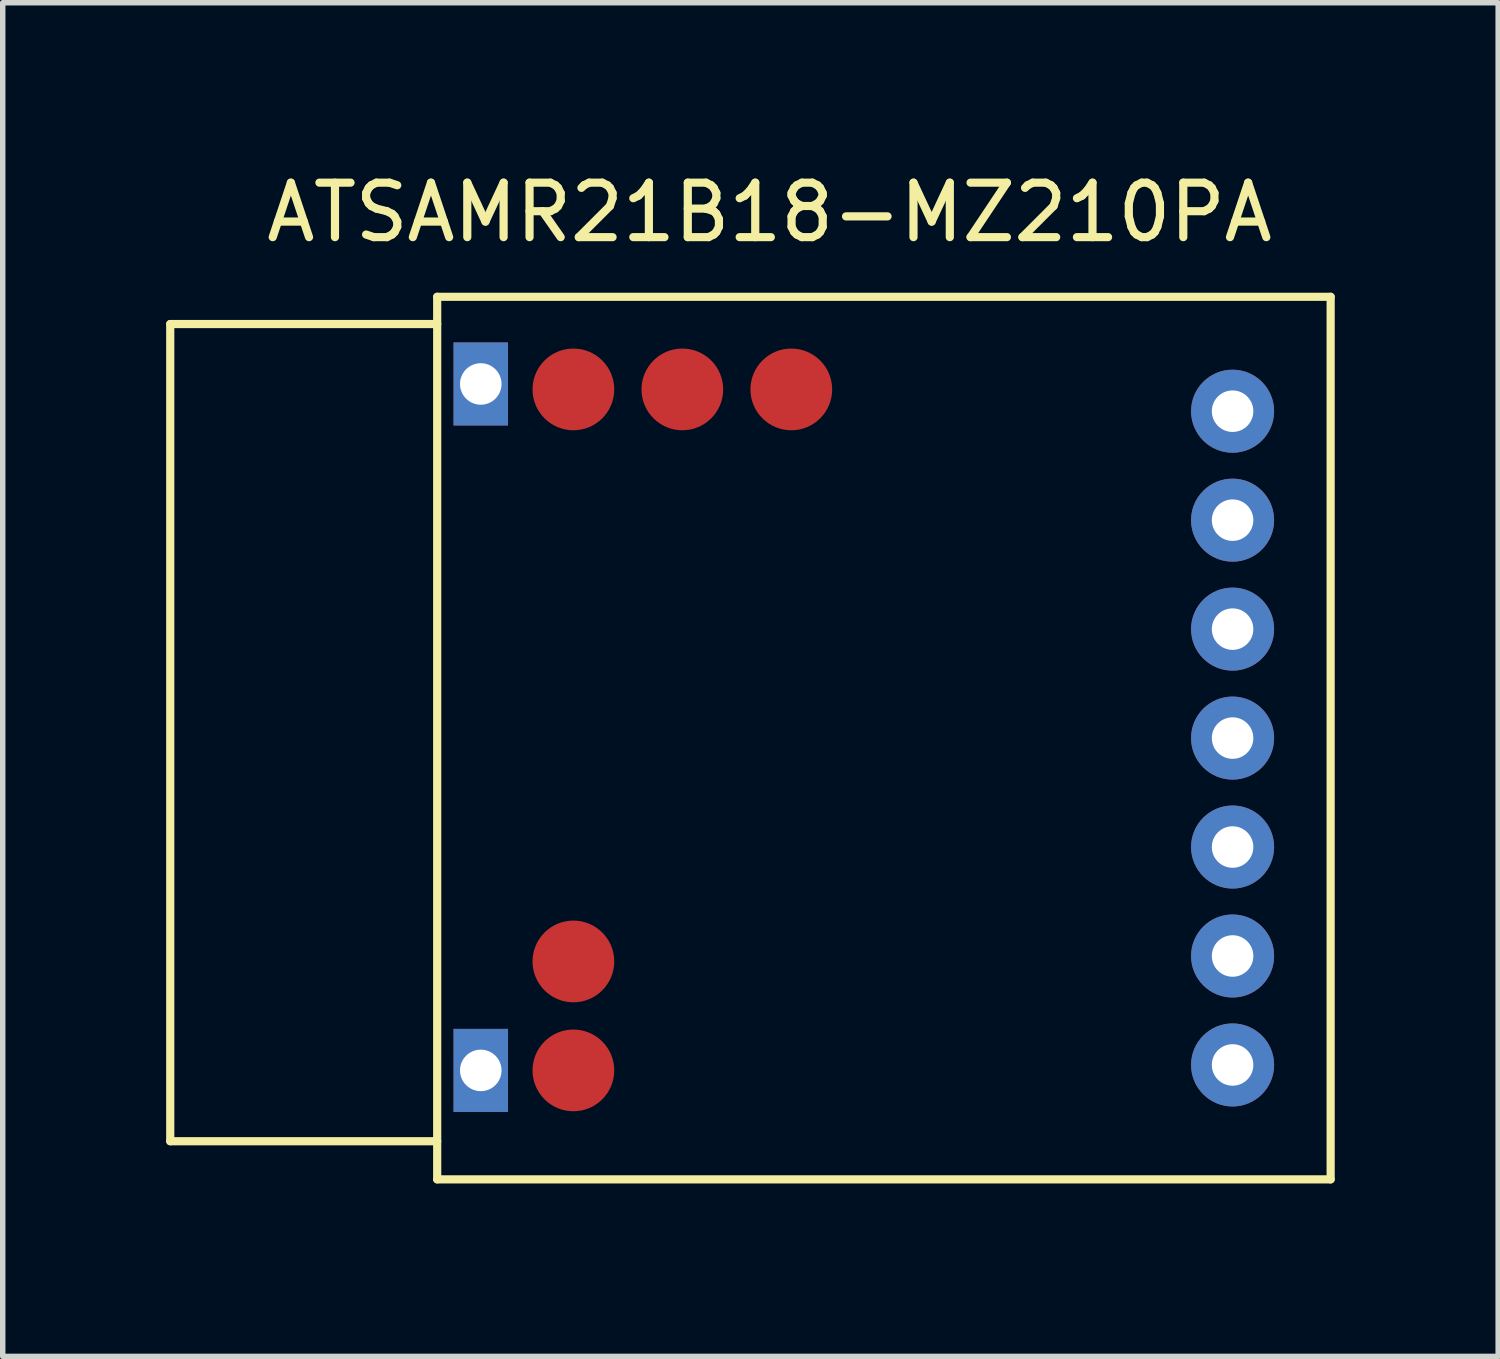
<source format=kicad_pcb>
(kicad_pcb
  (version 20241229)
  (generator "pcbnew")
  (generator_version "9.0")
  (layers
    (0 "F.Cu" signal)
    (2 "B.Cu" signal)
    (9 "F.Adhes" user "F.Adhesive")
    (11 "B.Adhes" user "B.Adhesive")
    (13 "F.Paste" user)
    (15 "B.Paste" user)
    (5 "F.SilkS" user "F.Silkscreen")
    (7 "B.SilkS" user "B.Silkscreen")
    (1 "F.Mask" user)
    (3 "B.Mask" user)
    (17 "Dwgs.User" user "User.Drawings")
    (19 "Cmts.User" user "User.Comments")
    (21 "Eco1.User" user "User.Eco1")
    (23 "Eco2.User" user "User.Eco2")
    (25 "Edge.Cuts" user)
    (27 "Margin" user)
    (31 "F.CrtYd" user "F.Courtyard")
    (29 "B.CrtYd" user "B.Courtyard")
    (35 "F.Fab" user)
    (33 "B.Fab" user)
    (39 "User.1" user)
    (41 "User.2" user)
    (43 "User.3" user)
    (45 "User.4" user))
  (footprint "ATSAMR21B18-MZ210PA"
    (layer "F.Cu")
    (at 0.975 18.598)
    (property "Reference" "ATSAMR21B18-MZ210PA" (at 10.1 -17.75 0) (layer "F.SilkS") (effects (font (size 1 1) (thickness 0.15))))
    (attr through_hole)
    (fp_line (start -0.9 -15.7) (end -0.9 -0.7) (stroke (width 0.15) (type solid)) (layer "F.SilkS"))
    (fp_line (start -0.9 -0.7) (end 4 -0.7) (stroke (width 0.15) (type solid)) (layer "F.SilkS"))
    (fp_line (start 4 -16.2) (end 20.4 -16.2) (stroke (width 0.15) (type solid)) (layer "F.SilkS"))
    (fp_line (start 4 -15.7) (end -0.9 -15.7) (stroke (width 0.15) (type solid)) (layer "F.SilkS"))
    (fp_line (start 4 0) (end 4 -16.2) (stroke (width 0.15) (type solid)) (layer "F.SilkS"))
    (fp_line (start 20.4 -16.2) (end 20.4 0) (stroke (width 0.15) (type solid)) (layer "F.SilkS"))
    (fp_line (start 20.4 0) (end 4 0) (stroke (width 0.15) (type solid)) (layer "F.SilkS"))
    (pad "1" thru_hole circle (at 18.6 -2.1) (size 1.524 1.524) (drill 0.762) (layers "*.Cu" "*.Mask"))
    (pad "2" thru_hole circle (at 18.6 -4.1) (size 1.524 1.524) (drill 0.762) (layers "*.Cu" "*.Mask"))
    (pad "3" thru_hole circle (at 18.6 -6.1) (size 1.524 1.524) (drill 0.762) (layers "*.Cu" "*.Mask"))
    (pad "4" thru_hole circle (at 18.6 -8.1) (size 1.524 1.524) (drill 0.762) (layers "*.Cu" "*.Mask"))
    (pad "5" thru_hole circle (at 18.6 -10.1) (size 1.524 1.524) (drill 0.762) (layers "*.Cu" "*.Mask"))
    (pad "6" thru_hole circle (at 18.6 -12.1) (size 1.524 1.524) (drill 0.762) (layers "*.Cu" "*.Mask"))
    (pad "7" thru_hole circle (at 18.6 -14.1) (size 1.524 1.524) (drill 0.762) (layers "*.Cu" "*.Mask"))
    (pad "NC" thru_hole rect (at 4.8 -14.6) (size 1 1.524) (drill 0.762) (layers "*.Cu" "*.Mask"))
    (pad "NC" thru_hole rect (at 4.8 -2) (size 1 1.524) (drill 0.762) (layers "*.Cu" "*.Mask"))
    (pad "TP1" smd circle (at 6.5 -2) (size 1.5 1.5) (layers "F.Cu" "F.Mask" "F.Paste"))
    (pad "TP2" smd circle (at 10.5 -14.5) (size 1.5 1.5) (layers "F.Cu" "F.Mask" "F.Paste"))
    (pad "TP3" smd circle (at 8.5 -14.5) (size 1.5 1.5) (layers "F.Cu" "F.Mask" "F.Paste"))
    (pad "TP4" smd circle (at 6.5 -14.5) (size 1.5 1.5) (layers "F.Cu" "F.Mask" "F.Paste"))
    (pad "TP5" smd circle (at 6.5 -4) (size 1.5 1.5) (layers "F.Cu" "F.Mask" "F.Paste")))
  (gr_rect
    (start -3 -3)
    (end 24.45 21.848)
    (stroke (width 0.1) (type default))
    (fill no)
    (layer "Edge.Cuts")))
</source>
